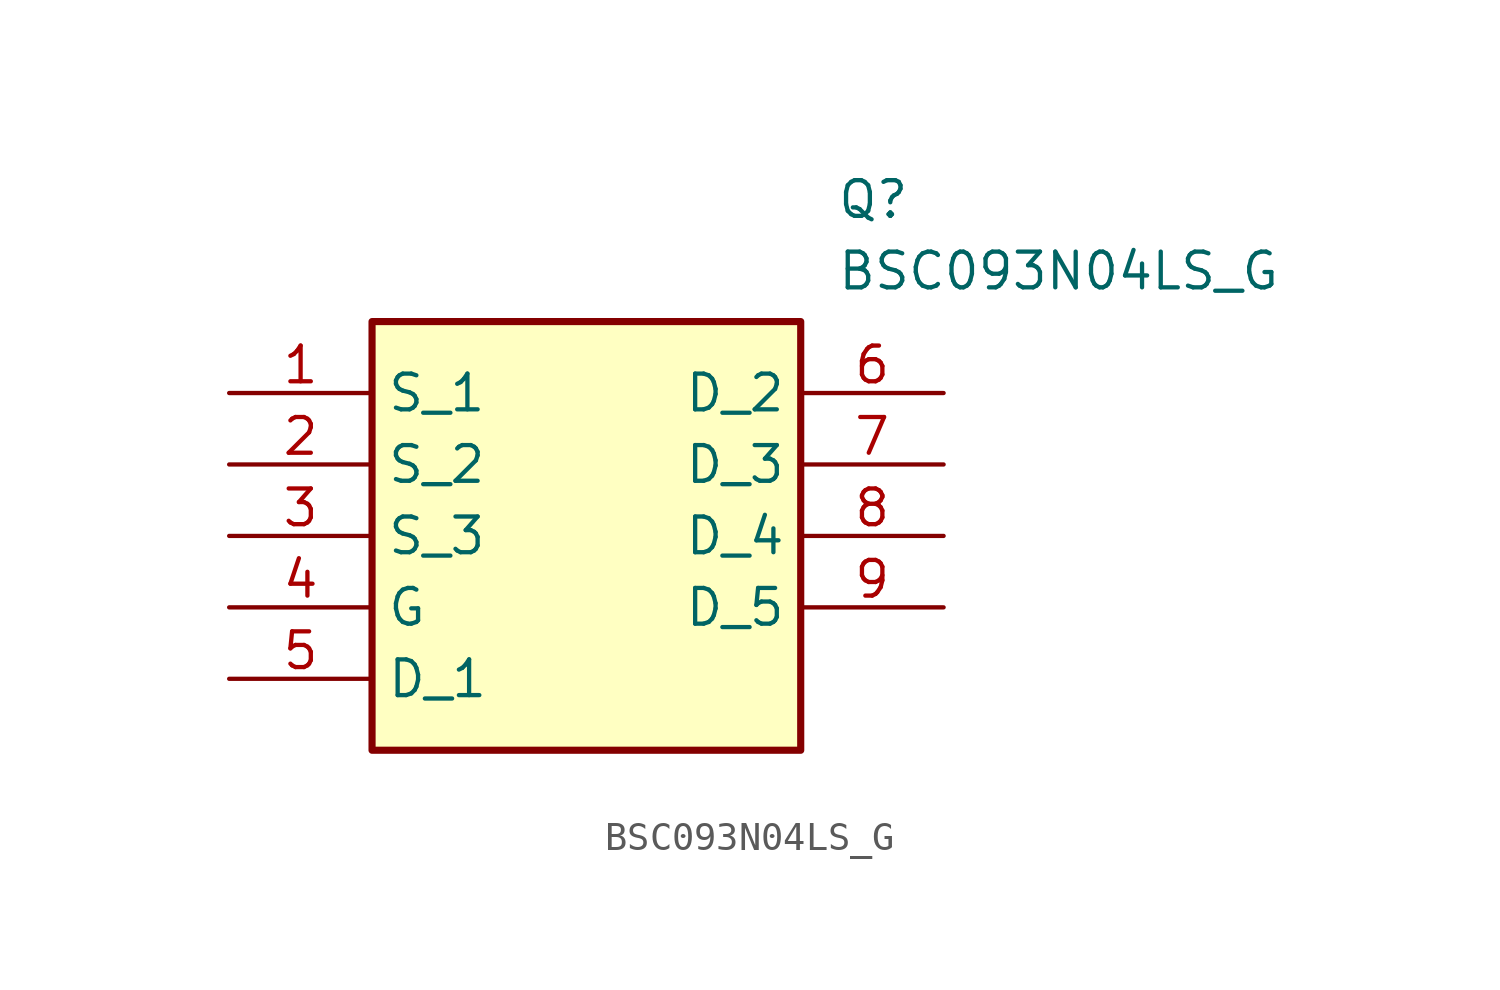
<source format=kicad_sym>
(kicad_symbol_lib
  (version 20211014)
  (generator SamacSys_ECAD_Model)
  (symbol "BSC093N04LS_G"
    (property "Reference" "Q"
      (at 21.59 7.62 0)
      (effects (font (size 1.27 1.27)) (justify left top)))
    (property "Value" "BSC093N04LS_G"
      (at 21.59 5.08 0)
      (effects (font (size 1.27 1.27)) (justify left top)))
    (rectangle
      (start 5.08 2.54)
      (end 20.32 -12.7)
      (stroke (width 0.254) (type default))
      (fill (type background)))
    (pin passive line
      (at 0 0 0)
      (length 5.08)
      (name "S_1" (effects (font (size 1.27 1.27))))
      (number "1" (effects (font (size 1.27 1.27)))))
    (pin passive line
      (at 0 -2.54 0)
      (length 5.08)
      (name "S_2" (effects (font (size 1.27 1.27))))
      (number "2" (effects (font (size 1.27 1.27)))))
    (pin passive line
      (at 0 -5.08 0)
      (length 5.08)
      (name "S_3" (effects (font (size 1.27 1.27))))
      (number "3" (effects (font (size 1.27 1.27)))))
    (pin passive line
      (at 0 -7.62 0)
      (length 5.08)
      (name "G" (effects (font (size 1.27 1.27))))
      (number "4" (effects (font (size 1.27 1.27)))))
    (pin passive line
      (at 0 -10.16 0)
      (length 5.08)
      (name "D_1" (effects (font (size 1.27 1.27))))
      (number "5" (effects (font (size 1.27 1.27)))))
    (pin passive line
      (at 25.4 0 180)
      (length 5.08)
      (name "D_2" (effects (font (size 1.27 1.27))))
      (number "6" (effects (font (size 1.27 1.27)))))
    (pin passive line
      (at 25.4 -2.54 180)
      (length 5.08)
      (name "D_3" (effects (font (size 1.27 1.27))))
      (number "7" (effects (font (size 1.27 1.27)))))
    (pin passive line
      (at 25.4 -5.08 180)
      (length 5.08)
      (name "D_4" (effects (font (size 1.27 1.27))))
      (number "8" (effects (font (size 1.27 1.27)))))
    (pin passive line
      (at 25.4 -7.62 180)
      (length 5.08)
      (name "D_5" (effects (font (size 1.27 1.27))))
      (number "9" (effects (font (size 1.27 1.27)))))))
</source>
